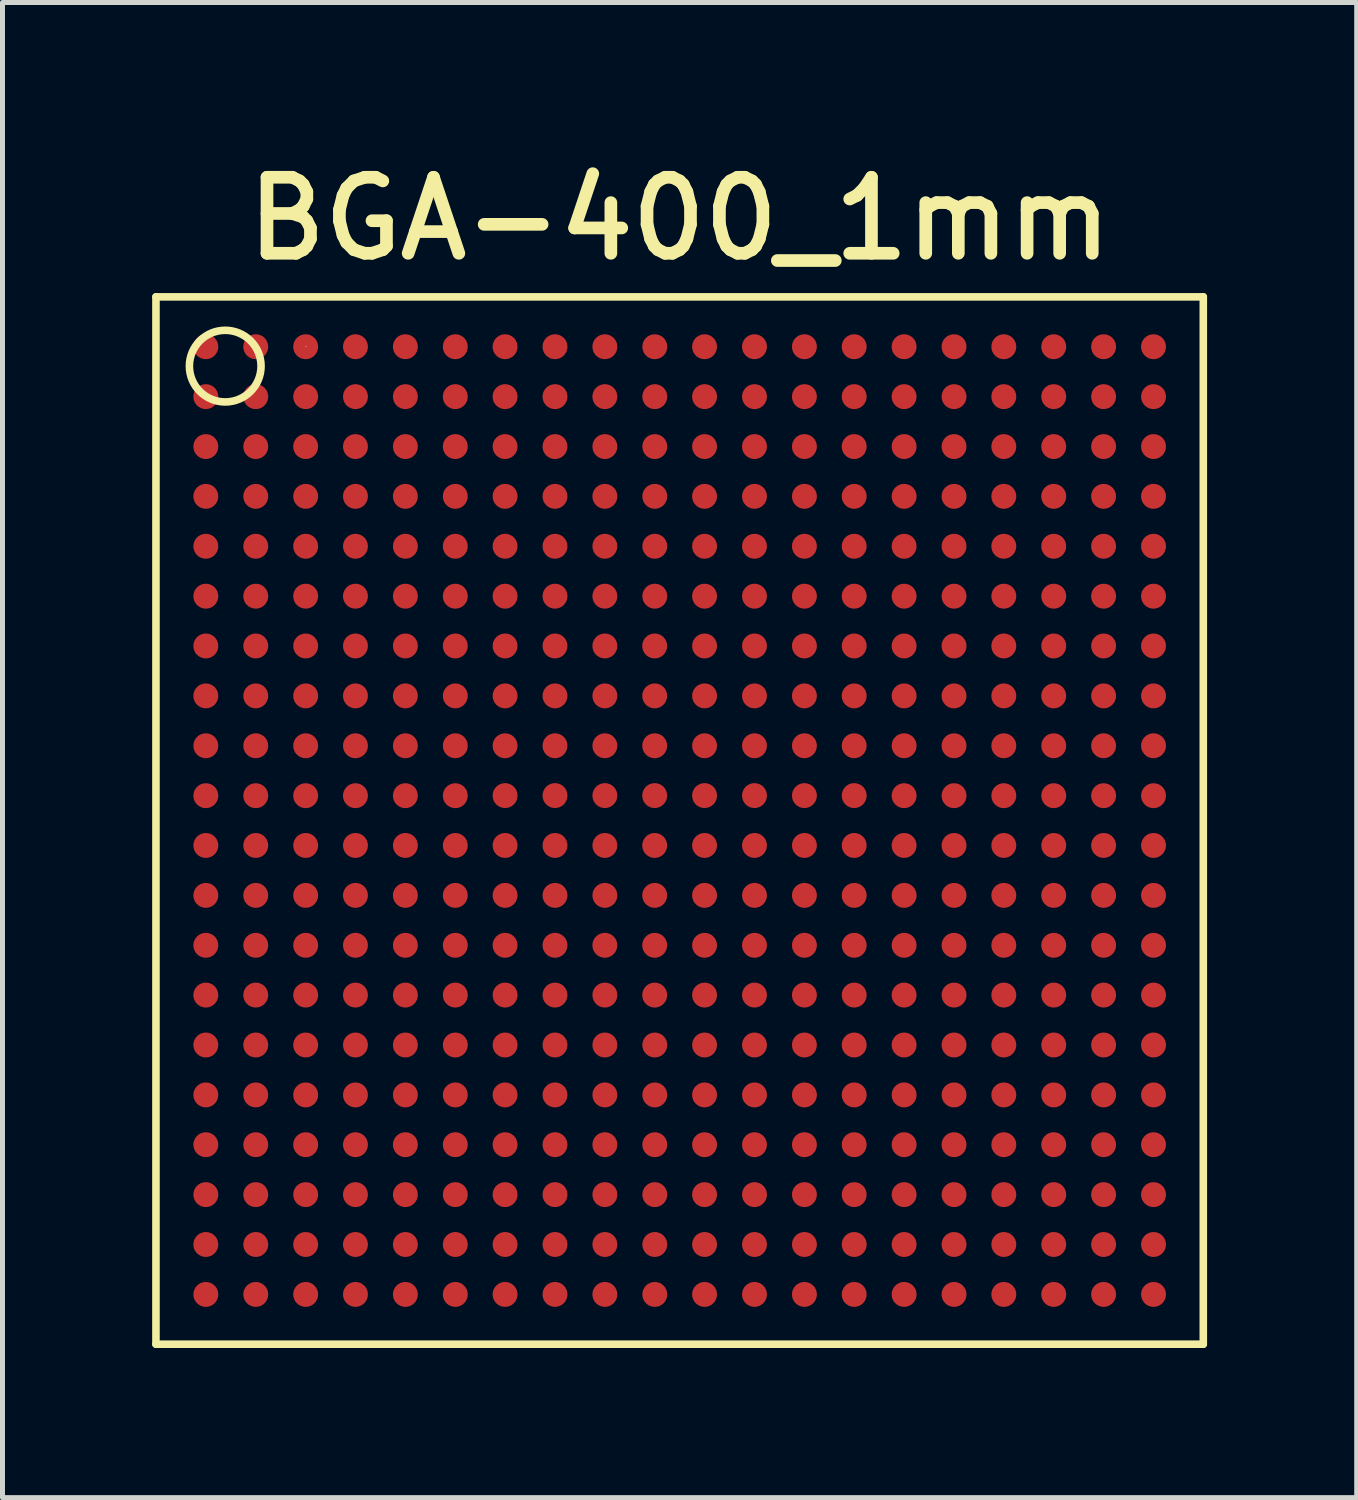
<source format=kicad_pcb>
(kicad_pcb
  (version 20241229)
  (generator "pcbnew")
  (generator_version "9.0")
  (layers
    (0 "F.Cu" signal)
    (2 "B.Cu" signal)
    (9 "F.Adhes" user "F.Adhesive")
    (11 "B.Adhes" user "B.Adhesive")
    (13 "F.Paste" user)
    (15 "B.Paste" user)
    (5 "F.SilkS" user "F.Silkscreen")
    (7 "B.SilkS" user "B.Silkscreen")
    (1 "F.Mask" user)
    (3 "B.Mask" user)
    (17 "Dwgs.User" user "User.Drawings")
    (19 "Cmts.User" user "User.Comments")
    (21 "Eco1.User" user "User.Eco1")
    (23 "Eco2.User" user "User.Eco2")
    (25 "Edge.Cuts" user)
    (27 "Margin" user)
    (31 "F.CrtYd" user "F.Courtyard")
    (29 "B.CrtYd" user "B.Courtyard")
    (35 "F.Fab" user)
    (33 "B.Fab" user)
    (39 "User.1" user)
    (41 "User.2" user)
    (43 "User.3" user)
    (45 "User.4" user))
  (footprint "BGA-400_1mm"
    (layer "F.Cu")
    (at 10.577 13.402)
    (property "Reference" "BGA-400_1mm" (at 0 -12.065 0) (layer "F.SilkS") (effects (font (size 1.524 1.524) (thickness 0.254))))
    (attr smd)
    (fp_line (start -10.5 -10.5) (end 10.5 -10.5) (stroke (width 0.152) (type solid)) (layer "F.SilkS"))
    (fp_line (start -10.5 10.5) (end -10.5 -10.5) (stroke (width 0.152) (type solid)) (layer "F.SilkS"))
    (fp_line (start -7.498 -9.5) (end -7.488 -9.5) (stroke (width 0.013) (type solid)) (layer "F.SilkS"))
    (fp_line (start 10.5 -10.5) (end 10.5 10.5) (stroke (width 0.152) (type solid)) (layer "F.SilkS"))
    (fp_line (start 10.5 10.5) (end -10.5 10.5) (stroke (width 0.152) (type solid)) (layer "F.SilkS"))
    (fp_circle (center -9.111 -9.111) (end -8.603 -9.619) (stroke (width 0.152) (type solid)) (fill no) (layer "F.SilkS"))
    (pad "A1" smd circle (at -9.5 -9.5) (size 0.5 0.5) (layers "F.Cu" "F.Mask" "F.Paste"))
    (pad "A2" smd circle (at -8.499 -9.5) (size 0.5 0.5) (layers "F.Cu" "F.Mask" "F.Paste"))
    (pad "A3" smd circle (at -7.498 -9.5) (size 0.5 0.5) (layers "F.Cu" "F.Mask" "F.Paste"))
    (pad "A4" smd circle (at -6.5 -9.5) (size 0.5 0.5) (layers "F.Cu" "F.Mask" "F.Paste"))
    (pad "A5" smd circle (at -5.499 -9.5) (size 0.5 0.5) (layers "F.Cu" "F.Mask" "F.Paste"))
    (pad "A6" smd circle (at -4.498 -9.5) (size 0.5 0.5) (layers "F.Cu" "F.Mask" "F.Paste"))
    (pad "A7" smd circle (at -3.5 -9.5) (size 0.5 0.5) (layers "F.Cu" "F.Mask" "F.Paste"))
    (pad "A8" smd circle (at -2.499 -9.5) (size 0.5 0.5) (layers "F.Cu" "F.Mask" "F.Paste"))
    (pad "A9" smd circle (at -1.499 -9.5) (size 0.5 0.5) (layers "F.Cu" "F.Mask" "F.Paste"))
    (pad "A10" smd circle (at -0.498 -9.5) (size 0.5 0.5) (layers "F.Cu" "F.Mask" "F.Paste"))
    (pad "A11" smd circle (at 0.5 -9.5) (size 0.5 0.5) (layers "F.Cu" "F.Mask" "F.Paste"))
    (pad "A12" smd circle (at 1.501 -9.5) (size 0.5 0.5) (layers "F.Cu" "F.Mask" "F.Paste"))
    (pad "A13" smd circle (at 2.502 -9.5) (size 0.5 0.5) (layers "F.Cu" "F.Mask" "F.Paste"))
    (pad "A14" smd circle (at 3.5 -9.5) (size 0.5 0.5) (layers "F.Cu" "F.Mask" "F.Paste"))
    (pad "A15" smd circle (at 4.501 -9.5) (size 0.5 0.5) (layers "F.Cu" "F.Mask" "F.Paste"))
    (pad "A16" smd circle (at 5.502 -9.5) (size 0.5 0.5) (layers "F.Cu" "F.Mask" "F.Paste"))
    (pad "A17" smd circle (at 6.5 -9.5) (size 0.5 0.5) (layers "F.Cu" "F.Mask" "F.Paste"))
    (pad "A18" smd circle (at 7.501 -9.5) (size 0.5 0.5) (layers "F.Cu" "F.Mask" "F.Paste"))
    (pad "A19" smd circle (at 8.501 -9.5) (size 0.5 0.5) (layers "F.Cu" "F.Mask" "F.Paste"))
    (pad "A20" smd circle (at 9.502 -9.5) (size 0.5 0.5) (layers "F.Cu" "F.Mask" "F.Paste"))
    (pad "B1" smd circle (at -9.5 -8.499) (size 0.5 0.5) (layers "F.Cu" "F.Mask" "F.Paste"))
    (pad "B2" smd circle (at -8.499 -8.499) (size 0.5 0.5) (layers "F.Cu" "F.Mask" "F.Paste"))
    (pad "B3" smd circle (at -7.498 -8.499) (size 0.5 0.5) (layers "F.Cu" "F.Mask" "F.Paste"))
    (pad "B4" smd circle (at -6.5 -8.499) (size 0.5 0.5) (layers "F.Cu" "F.Mask" "F.Paste"))
    (pad "B5" smd circle (at -5.499 -8.499) (size 0.5 0.5) (layers "F.Cu" "F.Mask" "F.Paste"))
    (pad "B6" smd circle (at -4.498 -8.499) (size 0.5 0.5) (layers "F.Cu" "F.Mask" "F.Paste"))
    (pad "B7" smd circle (at -3.5 -8.499) (size 0.5 0.5) (layers "F.Cu" "F.Mask" "F.Paste"))
    (pad "B8" smd circle (at -2.499 -8.499) (size 0.5 0.5) (layers "F.Cu" "F.Mask" "F.Paste"))
    (pad "B9" smd circle (at -1.499 -8.499) (size 0.5 0.5) (layers "F.Cu" "F.Mask" "F.Paste"))
    (pad "B10" smd circle (at -0.498 -8.499) (size 0.5 0.5) (layers "F.Cu" "F.Mask" "F.Paste"))
    (pad "B11" smd circle (at 0.5 -8.499) (size 0.5 0.5) (layers "F.Cu" "F.Mask" "F.Paste"))
    (pad "B12" smd circle (at 1.501 -8.499) (size 0.5 0.5) (layers "F.Cu" "F.Mask" "F.Paste"))
    (pad "B13" smd circle (at 2.502 -8.499) (size 0.5 0.5) (layers "F.Cu" "F.Mask" "F.Paste"))
    (pad "B14" smd circle (at 3.5 -8.499) (size 0.5 0.5) (layers "F.Cu" "F.Mask" "F.Paste"))
    (pad "B15" smd circle (at 4.501 -8.499) (size 0.5 0.5) (layers "F.Cu" "F.Mask" "F.Paste"))
    (pad "B16" smd circle (at 5.502 -8.499) (size 0.5 0.5) (layers "F.Cu" "F.Mask" "F.Paste"))
    (pad "B17" smd circle (at 6.5 -8.499) (size 0.5 0.5) (layers "F.Cu" "F.Mask" "F.Paste"))
    (pad "B18" smd circle (at 7.501 -8.499) (size 0.5 0.5) (layers "F.Cu" "F.Mask" "F.Paste"))
    (pad "B19" smd circle (at 8.501 -8.499) (size 0.5 0.5) (layers "F.Cu" "F.Mask" "F.Paste"))
    (pad "B20" smd circle (at 9.502 -8.499) (size 0.5 0.5) (layers "F.Cu" "F.Mask" "F.Paste"))
    (pad "C1" smd circle (at -9.5 -7.498) (size 0.5 0.5) (layers "F.Cu" "F.Mask" "F.Paste"))
    (pad "C2" smd circle (at -8.499 -7.498) (size 0.5 0.5) (layers "F.Cu" "F.Mask" "F.Paste"))
    (pad "C3" smd circle (at -7.498 -7.498) (size 0.5 0.5) (layers "F.Cu" "F.Mask" "F.Paste"))
    (pad "C4" smd circle (at -6.5 -7.498) (size 0.5 0.5) (layers "F.Cu" "F.Mask" "F.Paste"))
    (pad "C5" smd circle (at -5.499 -7.498) (size 0.5 0.5) (layers "F.Cu" "F.Mask" "F.Paste"))
    (pad "C6" smd circle (at -4.498 -7.498) (size 0.5 0.5) (layers "F.Cu" "F.Mask" "F.Paste"))
    (pad "C7" smd circle (at -3.5 -7.498) (size 0.5 0.5) (layers "F.Cu" "F.Mask" "F.Paste"))
    (pad "C8" smd circle (at -2.499 -7.498) (size 0.5 0.5) (layers "F.Cu" "F.Mask" "F.Paste"))
    (pad "C9" smd circle (at -1.499 -7.498) (size 0.5 0.5) (layers "F.Cu" "F.Mask" "F.Paste"))
    (pad "C10" smd circle (at -0.498 -7.498) (size 0.5 0.5) (layers "F.Cu" "F.Mask" "F.Paste"))
    (pad "C11" smd circle (at 0.5 -7.498) (size 0.5 0.5) (layers "F.Cu" "F.Mask" "F.Paste"))
    (pad "C12" smd circle (at 1.501 -7.498) (size 0.5 0.5) (layers "F.Cu" "F.Mask" "F.Paste"))
    (pad "C13" smd circle (at 2.502 -7.498) (size 0.5 0.5) (layers "F.Cu" "F.Mask" "F.Paste"))
    (pad "C14" smd circle (at 3.5 -7.498) (size 0.5 0.5) (layers "F.Cu" "F.Mask" "F.Paste"))
    (pad "C15" smd circle (at 4.501 -7.498) (size 0.5 0.5) (layers "F.Cu" "F.Mask" "F.Paste"))
    (pad "C16" smd circle (at 5.502 -7.498) (size 0.5 0.5) (layers "F.Cu" "F.Mask" "F.Paste"))
    (pad "C17" smd circle (at 6.5 -7.498) (size 0.5 0.5) (layers "F.Cu" "F.Mask" "F.Paste"))
    (pad "C18" smd circle (at 7.501 -7.498) (size 0.5 0.5) (layers "F.Cu" "F.Mask" "F.Paste"))
    (pad "C19" smd circle (at 8.501 -7.498) (size 0.5 0.5) (layers "F.Cu" "F.Mask" "F.Paste"))
    (pad "C20" smd circle (at 9.502 -7.498) (size 0.5 0.5) (layers "F.Cu" "F.Mask" "F.Paste"))
    (pad "D1" smd circle (at -9.5 -6.5) (size 0.5 0.5) (layers "F.Cu" "F.Mask" "F.Paste"))
    (pad "D2" smd circle (at -8.499 -6.5) (size 0.5 0.5) (layers "F.Cu" "F.Mask" "F.Paste"))
    (pad "D3" smd circle (at -7.498 -6.5) (size 0.5 0.5) (layers "F.Cu" "F.Mask" "F.Paste"))
    (pad "D4" smd circle (at -6.5 -6.5) (size 0.5 0.5) (layers "F.Cu" "F.Mask" "F.Paste"))
    (pad "D5" smd circle (at -5.499 -6.5) (size 0.5 0.5) (layers "F.Cu" "F.Mask" "F.Paste"))
    (pad "D6" smd circle (at -4.498 -6.5) (size 0.5 0.5) (layers "F.Cu" "F.Mask" "F.Paste"))
    (pad "D7" smd circle (at -3.5 -6.5) (size 0.5 0.5) (layers "F.Cu" "F.Mask" "F.Paste"))
    (pad "D8" smd circle (at -2.499 -6.5) (size 0.5 0.5) (layers "F.Cu" "F.Mask" "F.Paste"))
    (pad "D9" smd circle (at -1.499 -6.5) (size 0.5 0.5) (layers "F.Cu" "F.Mask" "F.Paste"))
    (pad "D10" smd circle (at -0.498 -6.5) (size 0.5 0.5) (layers "F.Cu" "F.Mask" "F.Paste"))
    (pad "D11" smd circle (at 0.5 -6.5) (size 0.5 0.5) (layers "F.Cu" "F.Mask" "F.Paste"))
    (pad "D12" smd circle (at 1.501 -6.5) (size 0.5 0.5) (layers "F.Cu" "F.Mask" "F.Paste"))
    (pad "D13" smd circle (at 2.502 -6.5) (size 0.5 0.5) (layers "F.Cu" "F.Mask" "F.Paste"))
    (pad "D14" smd circle (at 3.5 -6.5) (size 0.5 0.5) (layers "F.Cu" "F.Mask" "F.Paste"))
    (pad "D15" smd circle (at 4.501 -6.5) (size 0.5 0.5) (layers "F.Cu" "F.Mask" "F.Paste"))
    (pad "D16" smd circle (at 5.502 -6.5) (size 0.5 0.5) (layers "F.Cu" "F.Mask" "F.Paste"))
    (pad "D17" smd circle (at 6.5 -6.5) (size 0.5 0.5) (layers "F.Cu" "F.Mask" "F.Paste"))
    (pad "D18" smd circle (at 7.501 -6.5) (size 0.5 0.5) (layers "F.Cu" "F.Mask" "F.Paste"))
    (pad "D19" smd circle (at 8.501 -6.5) (size 0.5 0.5) (layers "F.Cu" "F.Mask" "F.Paste"))
    (pad "D20" smd circle (at 9.502 -6.5) (size 0.5 0.5) (layers "F.Cu" "F.Mask" "F.Paste"))
    (pad "E1" smd circle (at -9.5 -5.499) (size 0.5 0.5) (layers "F.Cu" "F.Mask" "F.Paste"))
    (pad "E2" smd circle (at -8.499 -5.499) (size 0.5 0.5) (layers "F.Cu" "F.Mask" "F.Paste"))
    (pad "E3" smd circle (at -7.498 -5.499) (size 0.5 0.5) (layers "F.Cu" "F.Mask" "F.Paste"))
    (pad "E4" smd circle (at -6.5 -5.499) (size 0.5 0.5) (layers "F.Cu" "F.Mask" "F.Paste"))
    (pad "E5" smd circle (at -5.499 -5.499) (size 0.5 0.5) (layers "F.Cu" "F.Mask" "F.Paste"))
    (pad "E6" smd circle (at -4.498 -5.499) (size 0.5 0.5) (layers "F.Cu" "F.Mask" "F.Paste"))
    (pad "E7" smd circle (at -3.5 -5.499) (size 0.5 0.5) (layers "F.Cu" "F.Mask" "F.Paste"))
    (pad "E8" smd circle (at -2.499 -5.499) (size 0.5 0.5) (layers "F.Cu" "F.Mask" "F.Paste"))
    (pad "E9" smd circle (at -1.499 -5.499) (size 0.5 0.5) (layers "F.Cu" "F.Mask" "F.Paste"))
    (pad "E10" smd circle (at -0.498 -5.499) (size 0.5 0.5) (layers "F.Cu" "F.Mask" "F.Paste"))
    (pad "E11" smd circle (at 0.5 -5.499) (size 0.5 0.5) (layers "F.Cu" "F.Mask" "F.Paste"))
    (pad "E12" smd circle (at 1.501 -5.499) (size 0.5 0.5) (layers "F.Cu" "F.Mask" "F.Paste"))
    (pad "E13" smd circle (at 2.502 -5.499) (size 0.5 0.5) (layers "F.Cu" "F.Mask" "F.Paste"))
    (pad "E14" smd circle (at 3.5 -5.499) (size 0.5 0.5) (layers "F.Cu" "F.Mask" "F.Paste"))
    (pad "E15" smd circle (at 4.501 -5.499) (size 0.5 0.5) (layers "F.Cu" "F.Mask" "F.Paste"))
    (pad "E16" smd circle (at 5.502 -5.499) (size 0.5 0.5) (layers "F.Cu" "F.Mask" "F.Paste"))
    (pad "E17" smd circle (at 6.5 -5.499) (size 0.5 0.5) (layers "F.Cu" "F.Mask" "F.Paste"))
    (pad "E18" smd circle (at 7.501 -5.499) (size 0.5 0.5) (layers "F.Cu" "F.Mask" "F.Paste"))
    (pad "E19" smd circle (at 8.501 -5.499) (size 0.5 0.5) (layers "F.Cu" "F.Mask" "F.Paste"))
    (pad "E20" smd circle (at 9.502 -5.499) (size 0.5 0.5) (layers "F.Cu" "F.Mask" "F.Paste"))
    (pad "F1" smd circle (at -9.5 -4.498) (size 0.5 0.5) (layers "F.Cu" "F.Mask" "F.Paste"))
    (pad "F2" smd circle (at -8.499 -4.498) (size 0.5 0.5) (layers "F.Cu" "F.Mask" "F.Paste"))
    (pad "F3" smd circle (at -7.498 -4.498) (size 0.5 0.5) (layers "F.Cu" "F.Mask" "F.Paste"))
    (pad "F4" smd circle (at -6.5 -4.498) (size 0.5 0.5) (layers "F.Cu" "F.Mask" "F.Paste"))
    (pad "F5" smd circle (at -5.499 -4.498) (size 0.5 0.5) (layers "F.Cu" "F.Mask" "F.Paste"))
    (pad "F6" smd circle (at -4.498 -4.498) (size 0.5 0.5) (layers "F.Cu" "F.Mask" "F.Paste"))
    (pad "F7" smd circle (at -3.5 -4.498) (size 0.5 0.5) (layers "F.Cu" "F.Mask" "F.Paste"))
    (pad "F8" smd circle (at -2.499 -4.498) (size 0.5 0.5) (layers "F.Cu" "F.Mask" "F.Paste"))
    (pad "F9" smd circle (at -1.499 -4.498) (size 0.5 0.5) (layers "F.Cu" "F.Mask" "F.Paste"))
    (pad "F10" smd circle (at -0.498 -4.498) (size 0.5 0.5) (layers "F.Cu" "F.Mask" "F.Paste"))
    (pad "F11" smd circle (at 0.5 -4.498) (size 0.5 0.5) (layers "F.Cu" "F.Mask" "F.Paste"))
    (pad "F12" smd circle (at 1.501 -4.498) (size 0.5 0.5) (layers "F.Cu" "F.Mask" "F.Paste"))
    (pad "F13" smd circle (at 2.502 -4.498) (size 0.5 0.5) (layers "F.Cu" "F.Mask" "F.Paste"))
    (pad "F14" smd circle (at 3.5 -4.498) (size 0.5 0.5) (layers "F.Cu" "F.Mask" "F.Paste"))
    (pad "F15" smd circle (at 4.501 -4.498) (size 0.5 0.5) (layers "F.Cu" "F.Mask" "F.Paste"))
    (pad "F16" smd circle (at 5.502 -4.498) (size 0.5 0.5) (layers "F.Cu" "F.Mask" "F.Paste"))
    (pad "F17" smd circle (at 6.5 -4.498) (size 0.5 0.5) (layers "F.Cu" "F.Mask" "F.Paste"))
    (pad "F18" smd circle (at 7.501 -4.498) (size 0.5 0.5) (layers "F.Cu" "F.Mask" "F.Paste"))
    (pad "F19" smd circle (at 8.501 -4.498) (size 0.5 0.5) (layers "F.Cu" "F.Mask" "F.Paste"))
    (pad "F20" smd circle (at 9.502 -4.498) (size 0.5 0.5) (layers "F.Cu" "F.Mask" "F.Paste"))
    (pad "G1" smd circle (at -9.5 -3.5) (size 0.5 0.5) (layers "F.Cu" "F.Mask" "F.Paste"))
    (pad "G2" smd circle (at -8.499 -3.5) (size 0.5 0.5) (layers "F.Cu" "F.Mask" "F.Paste"))
    (pad "G3" smd circle (at -7.498 -3.5) (size 0.5 0.5) (layers "F.Cu" "F.Mask" "F.Paste"))
    (pad "G4" smd circle (at -6.5 -3.5) (size 0.5 0.5) (layers "F.Cu" "F.Mask" "F.Paste"))
    (pad "G5" smd circle (at -5.499 -3.5) (size 0.5 0.5) (layers "F.Cu" "F.Mask" "F.Paste"))
    (pad "G6" smd circle (at -4.498 -3.5) (size 0.5 0.5) (layers "F.Cu" "F.Mask" "F.Paste"))
    (pad "G7" smd circle (at -3.5 -3.5) (size 0.5 0.5) (layers "F.Cu" "F.Mask" "F.Paste"))
    (pad "G8" smd circle (at -2.499 -3.5) (size 0.5 0.5) (layers "F.Cu" "F.Mask" "F.Paste"))
    (pad "G9" smd circle (at -1.499 -3.5) (size 0.5 0.5) (layers "F.Cu" "F.Mask" "F.Paste"))
    (pad "G10" smd circle (at -0.5 -3.5) (size 0.5 0.5) (layers "F.Cu" "F.Mask" "F.Paste"))
    (pad "G11" smd circle (at 0.5 -3.5) (size 0.5 0.5) (layers "F.Cu" "F.Mask" "F.Paste"))
    (pad "G12" smd circle (at 1.501 -3.5) (size 0.5 0.5) (layers "F.Cu" "F.Mask" "F.Paste"))
    (pad "G13" smd circle (at 2.502 -3.5) (size 0.5 0.5) (layers "F.Cu" "F.Mask" "F.Paste"))
    (pad "G14" smd circle (at 3.5 -3.5) (size 0.5 0.5) (layers "F.Cu" "F.Mask" "F.Paste"))
    (pad "G15" smd circle (at 4.501 -3.5) (size 0.5 0.5) (layers "F.Cu" "F.Mask" "F.Paste"))
    (pad "G16" smd circle (at 5.502 -3.5) (size 0.5 0.5) (layers "F.Cu" "F.Mask" "F.Paste"))
    (pad "G17" smd circle (at 6.5 -3.5) (size 0.5 0.5) (layers "F.Cu" "F.Mask" "F.Paste"))
    (pad "G18" smd circle (at 7.501 -3.5) (size 0.5 0.5) (layers "F.Cu" "F.Mask" "F.Paste"))
    (pad "G19" smd circle (at 8.501 -3.5) (size 0.5 0.5) (layers "F.Cu" "F.Mask" "F.Paste"))
    (pad "G20" smd circle (at 9.502 -3.5) (size 0.5 0.5) (layers "F.Cu" "F.Mask" "F.Paste"))
    (pad "H1" smd circle (at -9.5 -2.499) (size 0.5 0.5) (layers "F.Cu" "F.Mask" "F.Paste"))
    (pad "H2" smd circle (at -8.499 -2.499) (size 0.5 0.5) (layers "F.Cu" "F.Mask" "F.Paste"))
    (pad "H3" smd circle (at -7.498 -2.499) (size 0.5 0.5) (layers "F.Cu" "F.Mask" "F.Paste"))
    (pad "H4" smd circle (at -6.5 -2.499) (size 0.5 0.5) (layers "F.Cu" "F.Mask" "F.Paste"))
    (pad "H5" smd circle (at -5.499 -2.499) (size 0.5 0.5) (layers "F.Cu" "F.Mask" "F.Paste"))
    (pad "H6" smd circle (at -4.498 -2.499) (size 0.5 0.5) (layers "F.Cu" "F.Mask" "F.Paste"))
    (pad "H7" smd circle (at -3.5 -2.499) (size 0.5 0.5) (layers "F.Cu" "F.Mask" "F.Paste"))
    (pad "H8" smd circle (at -2.499 -2.499) (size 0.5 0.5) (layers "F.Cu" "F.Mask" "F.Paste"))
    (pad "H9" smd circle (at -1.499 -2.499) (size 0.5 0.5) (layers "F.Cu" "F.Mask" "F.Paste"))
    (pad "H10" smd circle (at -0.5 -2.499) (size 0.5 0.5) (layers "F.Cu" "F.Mask" "F.Paste"))
    (pad "H11" smd circle (at 0.5 -2.499) (size 0.5 0.5) (layers "F.Cu" "F.Mask" "F.Paste"))
    (pad "H12" smd circle (at 1.501 -2.499) (size 0.5 0.5) (layers "F.Cu" "F.Mask" "F.Paste"))
    (pad "H13" smd circle (at 2.502 -2.499) (size 0.5 0.5) (layers "F.Cu" "F.Mask" "F.Paste"))
    (pad "H14" smd circle (at 3.5 -2.499) (size 0.5 0.5) (layers "F.Cu" "F.Mask" "F.Paste"))
    (pad "H15" smd circle (at 4.501 -2.499) (size 0.5 0.5) (layers "F.Cu" "F.Mask" "F.Paste"))
    (pad "H16" smd circle (at 5.502 -2.499) (size 0.5 0.5) (layers "F.Cu" "F.Mask" "F.Paste"))
    (pad "H17" smd circle (at 6.5 -2.499) (size 0.5 0.5) (layers "F.Cu" "F.Mask" "F.Paste"))
    (pad "H18" smd circle (at 7.501 -2.499) (size 0.5 0.5) (layers "F.Cu" "F.Mask" "F.Paste"))
    (pad "H19" smd circle (at 8.501 -2.499) (size 0.5 0.5) (layers "F.Cu" "F.Mask" "F.Paste"))
    (pad "H20" smd circle (at 9.502 -2.499) (size 0.5 0.5) (layers "F.Cu" "F.Mask" "F.Paste"))
    (pad "J1" smd circle (at -9.5 -1.499) (size 0.5 0.5) (layers "F.Cu" "F.Mask" "F.Paste"))
    (pad "J2" smd circle (at -8.499 -1.499) (size 0.5 0.5) (layers "F.Cu" "F.Mask" "F.Paste"))
    (pad "J3" smd circle (at -7.498 -1.499) (size 0.5 0.5) (layers "F.Cu" "F.Mask" "F.Paste"))
    (pad "J4" smd circle (at -6.5 -1.499) (size 0.5 0.5) (layers "F.Cu" "F.Mask" "F.Paste"))
    (pad "J5" smd circle (at -5.499 -1.499) (size 0.5 0.5) (layers "F.Cu" "F.Mask" "F.Paste"))
    (pad "J6" smd circle (at -4.498 -1.499) (size 0.5 0.5) (layers "F.Cu" "F.Mask" "F.Paste"))
    (pad "J7" smd circle (at -3.5 -1.499) (size 0.5 0.5) (layers "F.Cu" "F.Mask" "F.Paste"))
    (pad "J8" smd circle (at -2.499 -1.499) (size 0.5 0.5) (layers "F.Cu" "F.Mask" "F.Paste"))
    (pad "J9" smd circle (at -1.499 -1.499) (size 0.5 0.5) (layers "F.Cu" "F.Mask" "F.Paste"))
    (pad "J10" smd circle (at -0.5 -1.499) (size 0.5 0.5) (layers "F.Cu" "F.Mask" "F.Paste"))
    (pad "J11" smd circle (at 0.5 -1.499) (size 0.5 0.5) (layers "F.Cu" "F.Mask" "F.Paste"))
    (pad "J12" smd circle (at 1.501 -1.499) (size 0.5 0.5) (layers "F.Cu" "F.Mask" "F.Paste"))
    (pad "J13" smd circle (at 2.502 -1.499) (size 0.5 0.5) (layers "F.Cu" "F.Mask" "F.Paste"))
    (pad "J14" smd circle (at 3.5 -1.499) (size 0.5 0.5) (layers "F.Cu" "F.Mask" "F.Paste"))
    (pad "J15" smd circle (at 4.501 -1.499) (size 0.5 0.5) (layers "F.Cu" "F.Mask" "F.Paste"))
    (pad "J16" smd circle (at 5.502 -1.499) (size 0.5 0.5) (layers "F.Cu" "F.Mask" "F.Paste"))
    (pad "J17" smd circle (at 6.5 -1.499) (size 0.5 0.5) (layers "F.Cu" "F.Mask" "F.Paste"))
    (pad "J18" smd circle (at 7.501 -1.499) (size 0.5 0.5) (layers "F.Cu" "F.Mask" "F.Paste"))
    (pad "J19" smd circle (at 8.501 -1.499) (size 0.5 0.5) (layers "F.Cu" "F.Mask" "F.Paste"))
    (pad "J20" smd circle (at 9.502 -1.499) (size 0.5 0.5) (layers "F.Cu" "F.Mask" "F.Paste"))
    (pad "K1" smd circle (at -9.5 -0.498) (size 0.5 0.5) (layers "F.Cu" "F.Mask" "F.Paste"))
    (pad "K2" smd circle (at -8.499 -0.498) (size 0.5 0.5) (layers "F.Cu" "F.Mask" "F.Paste"))
    (pad "K3" smd circle (at -7.498 -0.498) (size 0.5 0.5) (layers "F.Cu" "F.Mask" "F.Paste"))
    (pad "K4" smd circle (at -6.5 -0.498) (size 0.5 0.5) (layers "F.Cu" "F.Mask" "F.Paste"))
    (pad "K5" smd circle (at -5.499 -0.498) (size 0.5 0.5) (layers "F.Cu" "F.Mask" "F.Paste"))
    (pad "K6" smd circle (at -4.498 -0.498) (size 0.5 0.5) (layers "F.Cu" "F.Mask" "F.Paste"))
    (pad "K7" smd circle (at -3.5 -0.5) (size 0.5 0.5) (layers "F.Cu" "F.Mask" "F.Paste"))
    (pad "K8" smd circle (at -2.499 -0.5) (size 0.5 0.5) (layers "F.Cu" "F.Mask" "F.Paste"))
    (pad "K9" smd circle (at -1.499 -0.5) (size 0.5 0.5) (layers "F.Cu" "F.Mask" "F.Paste"))
    (pad "K10" smd circle (at -0.5 -0.5) (size 0.5 0.5) (layers "F.Cu" "F.Mask" "F.Paste"))
    (pad "K11" smd circle (at 0.5 -0.5) (size 0.5 0.5) (layers "F.Cu" "F.Mask" "F.Paste"))
    (pad "K12" smd circle (at 1.501 -0.5) (size 0.5 0.5) (layers "F.Cu" "F.Mask" "F.Paste"))
    (pad "K13" smd circle (at 2.502 -0.5) (size 0.5 0.5) (layers "F.Cu" "F.Mask" "F.Paste"))
    (pad "K14" smd circle (at 3.5 -0.5) (size 0.5 0.5) (layers "F.Cu" "F.Mask" "F.Paste"))
    (pad "K15" smd circle (at 4.501 -0.498) (size 0.5 0.5) (layers "F.Cu" "F.Mask" "F.Paste"))
    (pad "K16" smd circle (at 5.502 -0.498) (size 0.5 0.5) (layers "F.Cu" "F.Mask" "F.Paste"))
    (pad "K17" smd circle (at 6.5 -0.498) (size 0.5 0.5) (layers "F.Cu" "F.Mask" "F.Paste"))
    (pad "K18" smd circle (at 7.501 -0.498) (size 0.5 0.5) (layers "F.Cu" "F.Mask" "F.Paste"))
    (pad "K19" smd circle (at 8.501 -0.498) (size 0.5 0.5) (layers "F.Cu" "F.Mask" "F.Paste"))
    (pad "K20" smd circle (at 9.502 -0.498) (size 0.5 0.5) (layers "F.Cu" "F.Mask" "F.Paste"))
    (pad "L1" smd circle (at -9.5 0.5) (size 0.5 0.5) (layers "F.Cu" "F.Mask" "F.Paste"))
    (pad "L2" smd circle (at -8.499 0.5) (size 0.5 0.5) (layers "F.Cu" "F.Mask" "F.Paste"))
    (pad "L3" smd circle (at -7.498 0.5) (size 0.5 0.5) (layers "F.Cu" "F.Mask" "F.Paste"))
    (pad "L4" smd circle (at -6.5 0.5) (size 0.5 0.5) (layers "F.Cu" "F.Mask" "F.Paste"))
    (pad "L5" smd circle (at -5.499 0.5) (size 0.5 0.5) (layers "F.Cu" "F.Mask" "F.Paste"))
    (pad "L6" smd circle (at -4.498 0.5) (size 0.5 0.5) (layers "F.Cu" "F.Mask" "F.Paste"))
    (pad "L7" smd circle (at -3.5 0.5) (size 0.5 0.5) (layers "F.Cu" "F.Mask" "F.Paste"))
    (pad "L8" smd circle (at -2.499 0.5) (size 0.5 0.5) (layers "F.Cu" "F.Mask" "F.Paste"))
    (pad "L9" smd circle (at -1.499 0.5) (size 0.5 0.5) (layers "F.Cu" "F.Mask" "F.Paste"))
    (pad "L10" smd circle (at -0.5 0.5) (size 0.5 0.5) (layers "F.Cu" "F.Mask" "F.Paste"))
    (pad "L11" smd circle (at 0.5 0.5) (size 0.5 0.5) (layers "F.Cu" "F.Mask" "F.Paste"))
    (pad "L12" smd circle (at 1.501 0.5) (size 0.5 0.5) (layers "F.Cu" "F.Mask" "F.Paste"))
    (pad "L13" smd circle (at 2.502 0.5) (size 0.5 0.5) (layers "F.Cu" "F.Mask" "F.Paste"))
    (pad "L14" smd circle (at 3.5 0.5) (size 0.5 0.5) (layers "F.Cu" "F.Mask" "F.Paste"))
    (pad "L15" smd circle (at 4.501 0.5) (size 0.5 0.5) (layers "F.Cu" "F.Mask" "F.Paste"))
    (pad "L16" smd circle (at 5.502 0.5) (size 0.5 0.5) (layers "F.Cu" "F.Mask" "F.Paste"))
    (pad "L17" smd circle (at 6.5 0.5) (size 0.5 0.5) (layers "F.Cu" "F.Mask" "F.Paste"))
    (pad "L18" smd circle (at 7.501 0.5) (size 0.5 0.5) (layers "F.Cu" "F.Mask" "F.Paste"))
    (pad "L19" smd circle (at 8.501 0.5) (size 0.5 0.5) (layers "F.Cu" "F.Mask" "F.Paste"))
    (pad "L20" smd circle (at 9.502 0.5) (size 0.5 0.5) (layers "F.Cu" "F.Mask" "F.Paste"))
    (pad "M1" smd circle (at -9.5 1.501) (size 0.5 0.5) (layers "F.Cu" "F.Mask" "F.Paste"))
    (pad "M2" smd circle (at -8.499 1.501) (size 0.5 0.5) (layers "F.Cu" "F.Mask" "F.Paste"))
    (pad "M3" smd circle (at -7.498 1.501) (size 0.5 0.5) (layers "F.Cu" "F.Mask" "F.Paste"))
    (pad "M4" smd circle (at -6.5 1.501) (size 0.5 0.5) (layers "F.Cu" "F.Mask" "F.Paste"))
    (pad "M5" smd circle (at -5.499 1.501) (size 0.5 0.5) (layers "F.Cu" "F.Mask" "F.Paste"))
    (pad "M6" smd circle (at -4.498 1.501) (size 0.5 0.5) (layers "F.Cu" "F.Mask" "F.Paste"))
    (pad "M7" smd circle (at -3.5 1.501) (size 0.5 0.5) (layers "F.Cu" "F.Mask" "F.Paste"))
    (pad "M8" smd circle (at -2.499 1.501) (size 0.5 0.5) (layers "F.Cu" "F.Mask" "F.Paste"))
    (pad "M9" smd circle (at -1.499 1.501) (size 0.5 0.5) (layers "F.Cu" "F.Mask" "F.Paste"))
    (pad "M10" smd circle (at -0.5 1.501) (size 0.5 0.5) (layers "F.Cu" "F.Mask" "F.Paste"))
    (pad "M11" smd circle (at 0.5 1.501) (size 0.5 0.5) (layers "F.Cu" "F.Mask" "F.Paste"))
    (pad "M12" smd circle (at 1.501 1.501) (size 0.5 0.5) (layers "F.Cu" "F.Mask" "F.Paste"))
    (pad "M13" smd circle (at 2.502 1.501) (size 0.5 0.5) (layers "F.Cu" "F.Mask" "F.Paste"))
    (pad "M14" smd circle (at 3.5 1.501) (size 0.5 0.5) (layers "F.Cu" "F.Mask" "F.Paste"))
    (pad "M15" smd circle (at 4.501 1.501) (size 0.5 0.5) (layers "F.Cu" "F.Mask" "F.Paste"))
    (pad "M16" smd circle (at 5.502 1.501) (size 0.5 0.5) (layers "F.Cu" "F.Mask" "F.Paste"))
    (pad "M17" smd circle (at 6.5 1.501) (size 0.5 0.5) (layers "F.Cu" "F.Mask" "F.Paste"))
    (pad "M18" smd circle (at 7.501 1.501) (size 0.5 0.5) (layers "F.Cu" "F.Mask" "F.Paste"))
    (pad "M19" smd circle (at 8.501 1.501) (size 0.5 0.5) (layers "F.Cu" "F.Mask" "F.Paste"))
    (pad "M20" smd circle (at 9.502 1.501) (size 0.5 0.5) (layers "F.Cu" "F.Mask" "F.Paste"))
    (pad "N1" smd circle (at -9.5 2.502) (size 0.5 0.5) (layers "F.Cu" "F.Mask" "F.Paste"))
    (pad "N2" smd circle (at -8.499 2.502) (size 0.5 0.5) (layers "F.Cu" "F.Mask" "F.Paste"))
    (pad "N3" smd circle (at -7.498 2.502) (size 0.5 0.5) (layers "F.Cu" "F.Mask" "F.Paste"))
    (pad "N4" smd circle (at -6.5 2.502) (size 0.5 0.5) (layers "F.Cu" "F.Mask" "F.Paste"))
    (pad "N5" smd circle (at -5.499 2.502) (size 0.5 0.5) (layers "F.Cu" "F.Mask" "F.Paste"))
    (pad "N6" smd circle (at -4.498 2.502) (size 0.5 0.5) (layers "F.Cu" "F.Mask" "F.Paste"))
    (pad "N7" smd circle (at -3.5 2.502) (size 0.5 0.5) (layers "F.Cu" "F.Mask" "F.Paste"))
    (pad "N8" smd circle (at -2.499 2.502) (size 0.5 0.5) (layers "F.Cu" "F.Mask" "F.Paste"))
    (pad "N9" smd circle (at -1.499 2.502) (size 0.5 0.5) (layers "F.Cu" "F.Mask" "F.Paste"))
    (pad "N10" smd circle (at -0.5 2.502) (size 0.5 0.5) (layers "F.Cu" "F.Mask" "F.Paste"))
    (pad "N11" smd circle (at 0.5 2.502) (size 0.5 0.5) (layers "F.Cu" "F.Mask" "F.Paste"))
    (pad "N12" smd circle (at 1.501 2.502) (size 0.5 0.5) (layers "F.Cu" "F.Mask" "F.Paste"))
    (pad "N13" smd circle (at 2.502 2.502) (size 0.5 0.5) (layers "F.Cu" "F.Mask" "F.Paste"))
    (pad "N14" smd circle (at 3.5 2.502) (size 0.5 0.5) (layers "F.Cu" "F.Mask" "F.Paste"))
    (pad "N15" smd circle (at 4.501 2.502) (size 0.5 0.5) (layers "F.Cu" "F.Mask" "F.Paste"))
    (pad "N16" smd circle (at 5.502 2.502) (size 0.5 0.5) (layers "F.Cu" "F.Mask" "F.Paste"))
    (pad "N17" smd circle (at 6.5 2.502) (size 0.5 0.5) (layers "F.Cu" "F.Mask" "F.Paste"))
    (pad "N18" smd circle (at 7.501 2.502) (size 0.5 0.5) (layers "F.Cu" "F.Mask" "F.Paste"))
    (pad "N19" smd circle (at 8.501 2.502) (size 0.5 0.5) (layers "F.Cu" "F.Mask" "F.Paste"))
    (pad "N20" smd circle (at 9.502 2.502) (size 0.5 0.5) (layers "F.Cu" "F.Mask" "F.Paste"))
    (pad "P1" smd circle (at -9.5 3.5) (size 0.5 0.5) (layers "F.Cu" "F.Mask" "F.Paste"))
    (pad "P2" smd circle (at -8.499 3.5) (size 0.5 0.5) (layers "F.Cu" "F.Mask" "F.Paste"))
    (pad "P3" smd circle (at -7.498 3.5) (size 0.5 0.5) (layers "F.Cu" "F.Mask" "F.Paste"))
    (pad "P4" smd circle (at -6.5 3.5) (size 0.5 0.5) (layers "F.Cu" "F.Mask" "F.Paste"))
    (pad "P5" smd circle (at -5.499 3.5) (size 0.5 0.5) (layers "F.Cu" "F.Mask" "F.Paste"))
    (pad "P6" smd circle (at -4.498 3.5) (size 0.5 0.5) (layers "F.Cu" "F.Mask" "F.Paste"))
    (pad "P7" smd circle (at -3.5 3.5) (size 0.5 0.5) (layers "F.Cu" "F.Mask" "F.Paste"))
    (pad "P8" smd circle (at -2.499 3.5) (size 0.5 0.5) (layers "F.Cu" "F.Mask" "F.Paste"))
    (pad "P9" smd circle (at -1.499 3.5) (size 0.5 0.5) (layers "F.Cu" "F.Mask" "F.Paste"))
    (pad "P10" smd circle (at -0.5 3.5) (size 0.5 0.5) (layers "F.Cu" "F.Mask" "F.Paste"))
    (pad "P11" smd circle (at 0.5 3.5) (size 0.5 0.5) (layers "F.Cu" "F.Mask" "F.Paste"))
    (pad "P12" smd circle (at 1.501 3.5) (size 0.5 0.5) (layers "F.Cu" "F.Mask" "F.Paste"))
    (pad "P13" smd circle (at 2.502 3.5) (size 0.5 0.5) (layers "F.Cu" "F.Mask" "F.Paste"))
    (pad "P14" smd circle (at 3.5 3.5) (size 0.5 0.5) (layers "F.Cu" "F.Mask" "F.Paste"))
    (pad "P15" smd circle (at 4.501 3.5) (size 0.5 0.5) (layers "F.Cu" "F.Mask" "F.Paste"))
    (pad "P16" smd circle (at 5.502 3.5) (size 0.5 0.5) (layers "F.Cu" "F.Mask" "F.Paste"))
    (pad "P17" smd circle (at 6.5 3.5) (size 0.5 0.5) (layers "F.Cu" "F.Mask" "F.Paste"))
    (pad "P18" smd circle (at 7.501 3.5) (size 0.5 0.5) (layers "F.Cu" "F.Mask" "F.Paste"))
    (pad "P19" smd circle (at 8.501 3.5) (size 0.5 0.5) (layers "F.Cu" "F.Mask" "F.Paste"))
    (pad "P20" smd circle (at 9.502 3.5) (size 0.5 0.5) (layers "F.Cu" "F.Mask" "F.Paste"))
    (pad "R1" smd circle (at -9.5 4.501) (size 0.5 0.5) (layers "F.Cu" "F.Mask" "F.Paste"))
    (pad "R2" smd circle (at -8.499 4.501) (size 0.5 0.5) (layers "F.Cu" "F.Mask" "F.Paste"))
    (pad "R3" smd circle (at -7.498 4.501) (size 0.5 0.5) (layers "F.Cu" "F.Mask" "F.Paste"))
    (pad "R4" smd circle (at -6.5 4.501) (size 0.5 0.5) (layers "F.Cu" "F.Mask" "F.Paste"))
    (pad "R5" smd circle (at -5.499 4.501) (size 0.5 0.5) (layers "F.Cu" "F.Mask" "F.Paste"))
    (pad "R6" smd circle (at -4.498 4.501) (size 0.5 0.5) (layers "F.Cu" "F.Mask" "F.Paste"))
    (pad "R7" smd circle (at -3.5 4.501) (size 0.5 0.5) (layers "F.Cu" "F.Mask" "F.Paste"))
    (pad "R8" smd circle (at -2.499 4.501) (size 0.5 0.5) (layers "F.Cu" "F.Mask" "F.Paste"))
    (pad "R9" smd circle (at -1.499 4.501) (size 0.5 0.5) (layers "F.Cu" "F.Mask" "F.Paste"))
    (pad "R10" smd circle (at -0.498 4.501) (size 0.5 0.5) (layers "F.Cu" "F.Mask" "F.Paste"))
    (pad "R11" smd circle (at 0.5 4.501) (size 0.5 0.5) (layers "F.Cu" "F.Mask" "F.Paste"))
    (pad "R12" smd circle (at 1.501 4.501) (size 0.5 0.5) (layers "F.Cu" "F.Mask" "F.Paste"))
    (pad "R13" smd circle (at 2.502 4.501) (size 0.5 0.5) (layers "F.Cu" "F.Mask" "F.Paste"))
    (pad "R14" smd circle (at 3.5 4.501) (size 0.5 0.5) (layers "F.Cu" "F.Mask" "F.Paste"))
    (pad "R15" smd circle (at 4.501 4.501) (size 0.5 0.5) (layers "F.Cu" "F.Mask" "F.Paste"))
    (pad "R16" smd circle (at 5.502 4.501) (size 0.5 0.5) (layers "F.Cu" "F.Mask" "F.Paste"))
    (pad "R17" smd circle (at 6.5 4.501) (size 0.5 0.5) (layers "F.Cu" "F.Mask" "F.Paste"))
    (pad "R18" smd circle (at 7.501 4.501) (size 0.5 0.5) (layers "F.Cu" "F.Mask" "F.Paste"))
    (pad "R19" smd circle (at 8.501 4.501) (size 0.5 0.5) (layers "F.Cu" "F.Mask" "F.Paste"))
    (pad "R20" smd circle (at 9.502 4.501) (size 0.5 0.5) (layers "F.Cu" "F.Mask" "F.Paste"))
    (pad "T1" smd circle (at -9.5 5.502) (size 0.5 0.5) (layers "F.Cu" "F.Mask" "F.Paste"))
    (pad "T2" smd circle (at -8.499 5.502) (size 0.5 0.5) (layers "F.Cu" "F.Mask" "F.Paste"))
    (pad "T3" smd circle (at -7.498 5.502) (size 0.5 0.5) (layers "F.Cu" "F.Mask" "F.Paste"))
    (pad "T4" smd circle (at -6.5 5.502) (size 0.5 0.5) (layers "F.Cu" "F.Mask" "F.Paste"))
    (pad "T5" smd circle (at -5.499 5.502) (size 0.5 0.5) (layers "F.Cu" "F.Mask" "F.Paste"))
    (pad "T6" smd circle (at -4.498 5.502) (size 0.5 0.5) (layers "F.Cu" "F.Mask" "F.Paste"))
    (pad "T7" smd circle (at -3.5 5.502) (size 0.5 0.5) (layers "F.Cu" "F.Mask" "F.Paste"))
    (pad "T8" smd circle (at -2.499 5.502) (size 0.5 0.5) (layers "F.Cu" "F.Mask" "F.Paste"))
    (pad "T9" smd circle (at -1.499 5.502) (size 0.5 0.5) (layers "F.Cu" "F.Mask" "F.Paste"))
    (pad "T10" smd circle (at -0.498 5.502) (size 0.5 0.5) (layers "F.Cu" "F.Mask" "F.Paste"))
    (pad "T11" smd circle (at 0.5 5.502) (size 0.5 0.5) (layers "F.Cu" "F.Mask" "F.Paste"))
    (pad "T12" smd circle (at 1.501 5.502) (size 0.5 0.5) (layers "F.Cu" "F.Mask" "F.Paste"))
    (pad "T13" smd circle (at 2.502 5.502) (size 0.5 0.5) (layers "F.Cu" "F.Mask" "F.Paste"))
    (pad "T14" smd circle (at 3.5 5.502) (size 0.5 0.5) (layers "F.Cu" "F.Mask" "F.Paste"))
    (pad "T15" smd circle (at 4.501 5.502) (size 0.5 0.5) (layers "F.Cu" "F.Mask" "F.Paste"))
    (pad "T16" smd circle (at 5.502 5.502) (size 0.5 0.5) (layers "F.Cu" "F.Mask" "F.Paste"))
    (pad "T17" smd circle (at 6.5 5.502) (size 0.5 0.5) (layers "F.Cu" "F.Mask" "F.Paste"))
    (pad "T18" smd circle (at 7.501 5.502) (size 0.5 0.5) (layers "F.Cu" "F.Mask" "F.Paste"))
    (pad "T19" smd circle (at 8.501 5.502) (size 0.5 0.5) (layers "F.Cu" "F.Mask" "F.Paste"))
    (pad "T20" smd circle (at 9.502 5.502) (size 0.5 0.5) (layers "F.Cu" "F.Mask" "F.Paste"))
    (pad "U1" smd circle (at -9.5 6.5) (size 0.5 0.5) (layers "F.Cu" "F.Mask" "F.Paste"))
    (pad "U2" smd circle (at -8.499 6.5) (size 0.5 0.5) (layers "F.Cu" "F.Mask" "F.Paste"))
    (pad "U3" smd circle (at -7.498 6.5) (size 0.5 0.5) (layers "F.Cu" "F.Mask" "F.Paste"))
    (pad "U4" smd circle (at -6.5 6.5) (size 0.5 0.5) (layers "F.Cu" "F.Mask" "F.Paste"))
    (pad "U5" smd circle (at -5.499 6.5) (size 0.5 0.5) (layers "F.Cu" "F.Mask" "F.Paste"))
    (pad "U6" smd circle (at -4.498 6.5) (size 0.5 0.5) (layers "F.Cu" "F.Mask" "F.Paste"))
    (pad "U7" smd circle (at -3.5 6.5) (size 0.5 0.5) (layers "F.Cu" "F.Mask" "F.Paste"))
    (pad "U8" smd circle (at -2.499 6.5) (size 0.5 0.5) (layers "F.Cu" "F.Mask" "F.Paste"))
    (pad "U9" smd circle (at -1.499 6.5) (size 0.5 0.5) (layers "F.Cu" "F.Mask" "F.Paste"))
    (pad "U10" smd circle (at -0.498 6.5) (size 0.5 0.5) (layers "F.Cu" "F.Mask" "F.Paste"))
    (pad "U11" smd circle (at 0.5 6.5) (size 0.5 0.5) (layers "F.Cu" "F.Mask" "F.Paste"))
    (pad "U12" smd circle (at 1.501 6.5) (size 0.5 0.5) (layers "F.Cu" "F.Mask" "F.Paste"))
    (pad "U13" smd circle (at 2.502 6.5) (size 0.5 0.5) (layers "F.Cu" "F.Mask" "F.Paste"))
    (pad "U14" smd circle (at 3.5 6.5) (size 0.5 0.5) (layers "F.Cu" "F.Mask" "F.Paste"))
    (pad "U15" smd circle (at 4.501 6.5) (size 0.5 0.5) (layers "F.Cu" "F.Mask" "F.Paste"))
    (pad "U16" smd circle (at 5.502 6.5) (size 0.5 0.5) (layers "F.Cu" "F.Mask" "F.Paste"))
    (pad "U17" smd circle (at 6.5 6.5) (size 0.5 0.5) (layers "F.Cu" "F.Mask" "F.Paste"))
    (pad "U18" smd circle (at 7.501 6.5) (size 0.5 0.5) (layers "F.Cu" "F.Mask" "F.Paste"))
    (pad "U19" smd circle (at 8.501 6.5) (size 0.5 0.5) (layers "F.Cu" "F.Mask" "F.Paste"))
    (pad "U20" smd circle (at 9.502 6.5) (size 0.5 0.5) (layers "F.Cu" "F.Mask" "F.Paste"))
    (pad "V1" smd circle (at -9.5 7.501) (size 0.5 0.5) (layers "F.Cu" "F.Mask" "F.Paste"))
    (pad "V2" smd circle (at -8.499 7.501) (size 0.5 0.5) (layers "F.Cu" "F.Mask" "F.Paste"))
    (pad "V3" smd circle (at -7.498 7.501) (size 0.5 0.5) (layers "F.Cu" "F.Mask" "F.Paste"))
    (pad "V4" smd circle (at -6.5 7.501) (size 0.5 0.5) (layers "F.Cu" "F.Mask" "F.Paste"))
    (pad "V5" smd circle (at -5.499 7.501) (size 0.5 0.5) (layers "F.Cu" "F.Mask" "F.Paste"))
    (pad "V6" smd circle (at -4.498 7.501) (size 0.5 0.5) (layers "F.Cu" "F.Mask" "F.Paste"))
    (pad "V7" smd circle (at -3.5 7.501) (size 0.5 0.5) (layers "F.Cu" "F.Mask" "F.Paste"))
    (pad "V8" smd circle (at -2.499 7.501) (size 0.5 0.5) (layers "F.Cu" "F.Mask" "F.Paste"))
    (pad "V9" smd circle (at -1.499 7.501) (size 0.5 0.5) (layers "F.Cu" "F.Mask" "F.Paste"))
    (pad "V10" smd circle (at -0.498 7.501) (size 0.5 0.5) (layers "F.Cu" "F.Mask" "F.Paste"))
    (pad "V11" smd circle (at 0.5 7.501) (size 0.5 0.5) (layers "F.Cu" "F.Mask" "F.Paste"))
    (pad "V12" smd circle (at 1.501 7.501) (size 0.5 0.5) (layers "F.Cu" "F.Mask" "F.Paste"))
    (pad "V13" smd circle (at 2.502 7.501) (size 0.5 0.5) (layers "F.Cu" "F.Mask" "F.Paste"))
    (pad "V14" smd circle (at 3.5 7.501) (size 0.5 0.5) (layers "F.Cu" "F.Mask" "F.Paste"))
    (pad "V15" smd circle (at 4.501 7.501) (size 0.5 0.5) (layers "F.Cu" "F.Mask" "F.Paste"))
    (pad "V16" smd circle (at 5.502 7.501) (size 0.5 0.5) (layers "F.Cu" "F.Mask" "F.Paste"))
    (pad "V17" smd circle (at 6.5 7.501) (size 0.5 0.5) (layers "F.Cu" "F.Mask" "F.Paste"))
    (pad "V18" smd circle (at 7.501 7.501) (size 0.5 0.5) (layers "F.Cu" "F.Mask" "F.Paste"))
    (pad "V19" smd circle (at 8.501 7.501) (size 0.5 0.5) (layers "F.Cu" "F.Mask" "F.Paste"))
    (pad "V20" smd circle (at 9.502 7.501) (size 0.5 0.5) (layers "F.Cu" "F.Mask" "F.Paste"))
    (pad "W1" smd circle (at -9.5 8.501) (size 0.5 0.5) (layers "F.Cu" "F.Mask" "F.Paste"))
    (pad "W2" smd circle (at -8.499 8.501) (size 0.5 0.5) (layers "F.Cu" "F.Mask" "F.Paste"))
    (pad "W3" smd circle (at -7.498 8.501) (size 0.5 0.5) (layers "F.Cu" "F.Mask" "F.Paste"))
    (pad "W4" smd circle (at -6.5 8.501) (size 0.5 0.5) (layers "F.Cu" "F.Mask" "F.Paste"))
    (pad "W5" smd circle (at -5.499 8.501) (size 0.5 0.5) (layers "F.Cu" "F.Mask" "F.Paste"))
    (pad "W6" smd circle (at -4.498 8.501) (size 0.5 0.5) (layers "F.Cu" "F.Mask" "F.Paste"))
    (pad "W7" smd circle (at -3.5 8.501) (size 0.5 0.5) (layers "F.Cu" "F.Mask" "F.Paste"))
    (pad "W8" smd circle (at -2.499 8.501) (size 0.5 0.5) (layers "F.Cu" "F.Mask" "F.Paste"))
    (pad "W9" smd circle (at -1.499 8.501) (size 0.5 0.5) (layers "F.Cu" "F.Mask" "F.Paste"))
    (pad "W10" smd circle (at -0.498 8.501) (size 0.5 0.5) (layers "F.Cu" "F.Mask" "F.Paste"))
    (pad "W11" smd circle (at 0.5 8.501) (size 0.5 0.5) (layers "F.Cu" "F.Mask" "F.Paste"))
    (pad "W12" smd circle (at 1.501 8.501) (size 0.5 0.5) (layers "F.Cu" "F.Mask" "F.Paste"))
    (pad "W13" smd circle (at 2.502 8.501) (size 0.5 0.5) (layers "F.Cu" "F.Mask" "F.Paste"))
    (pad "W14" smd circle (at 3.5 8.501) (size 0.5 0.5) (layers "F.Cu" "F.Mask" "F.Paste"))
    (pad "W15" smd circle (at 4.501 8.501) (size 0.5 0.5) (layers "F.Cu" "F.Mask" "F.Paste"))
    (pad "W16" smd circle (at 5.502 8.501) (size 0.5 0.5) (layers "F.Cu" "F.Mask" "F.Paste"))
    (pad "W17" smd circle (at 6.5 8.501) (size 0.5 0.5) (layers "F.Cu" "F.Mask" "F.Paste"))
    (pad "W18" smd circle (at 7.501 8.501) (size 0.5 0.5) (layers "F.Cu" "F.Mask" "F.Paste"))
    (pad "W19" smd circle (at 8.501 8.501) (size 0.5 0.5) (layers "F.Cu" "F.Mask" "F.Paste"))
    (pad "W20" smd circle (at 9.502 8.501) (size 0.5 0.5) (layers "F.Cu" "F.Mask" "F.Paste"))
    (pad "Y1" smd circle (at -9.5 9.502) (size 0.5 0.5) (layers "F.Cu" "F.Mask" "F.Paste"))
    (pad "Y2" smd circle (at -8.499 9.502) (size 0.5 0.5) (layers "F.Cu" "F.Mask" "F.Paste"))
    (pad "Y3" smd circle (at -7.498 9.502) (size 0.5 0.5) (layers "F.Cu" "F.Mask" "F.Paste"))
    (pad "Y4" smd circle (at -6.5 9.502) (size 0.5 0.5) (layers "F.Cu" "F.Mask" "F.Paste"))
    (pad "Y5" smd circle (at -5.499 9.502) (size 0.5 0.5) (layers "F.Cu" "F.Mask" "F.Paste"))
    (pad "Y6" smd circle (at -4.498 9.502) (size 0.5 0.5) (layers "F.Cu" "F.Mask" "F.Paste"))
    (pad "Y7" smd circle (at -3.5 9.502) (size 0.5 0.5) (layers "F.Cu" "F.Mask" "F.Paste"))
    (pad "Y8" smd circle (at -2.499 9.502) (size 0.5 0.5) (layers "F.Cu" "F.Mask" "F.Paste"))
    (pad "Y9" smd circle (at -1.499 9.502) (size 0.5 0.5) (layers "F.Cu" "F.Mask" "F.Paste"))
    (pad "Y10" smd circle (at -0.498 9.502) (size 0.5 0.5) (layers "F.Cu" "F.Mask" "F.Paste"))
    (pad "Y11" smd circle (at 0.5 9.502) (size 0.5 0.5) (layers "F.Cu" "F.Mask" "F.Paste"))
    (pad "Y12" smd circle (at 1.501 9.502) (size 0.5 0.5) (layers "F.Cu" "F.Mask" "F.Paste"))
    (pad "Y13" smd circle (at 2.502 9.502) (size 0.5 0.5) (layers "F.Cu" "F.Mask" "F.Paste"))
    (pad "Y14" smd circle (at 3.5 9.502) (size 0.5 0.5) (layers "F.Cu" "F.Mask" "F.Paste"))
    (pad "Y15" smd circle (at 4.501 9.502) (size 0.5 0.5) (layers "F.Cu" "F.Mask" "F.Paste"))
    (pad "Y16" smd circle (at 5.502 9.502) (size 0.5 0.5) (layers "F.Cu" "F.Mask" "F.Paste"))
    (pad "Y17" smd circle (at 6.5 9.502) (size 0.5 0.5) (layers "F.Cu" "F.Mask" "F.Paste"))
    (pad "Y18" smd circle (at 7.501 9.502) (size 0.5 0.5) (layers "F.Cu" "F.Mask" "F.Paste"))
    (pad "Y19" smd circle (at 8.501 9.502) (size 0.5 0.5) (layers "F.Cu" "F.Mask" "F.Paste"))
    (pad "Y20" smd circle (at 9.502 9.502) (size 0.5 0.5) (layers "F.Cu" "F.Mask" "F.Paste")))
  (gr_rect
    (start -3 -3)
    (end 24.153 26.979)
    (stroke (width 0.1) (type default))
    (fill no)
    (layer "Edge.Cuts")))
</source>
